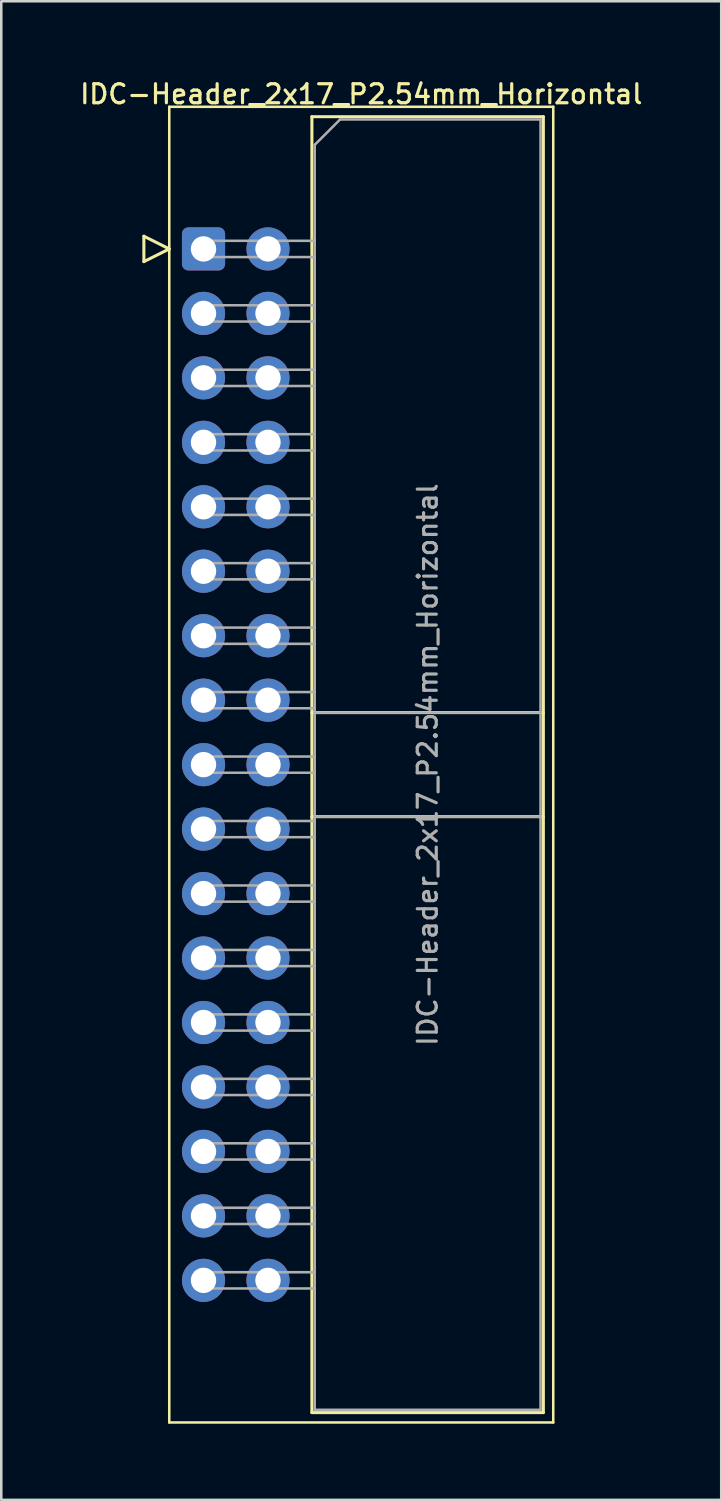
<source format=kicad_pcb>
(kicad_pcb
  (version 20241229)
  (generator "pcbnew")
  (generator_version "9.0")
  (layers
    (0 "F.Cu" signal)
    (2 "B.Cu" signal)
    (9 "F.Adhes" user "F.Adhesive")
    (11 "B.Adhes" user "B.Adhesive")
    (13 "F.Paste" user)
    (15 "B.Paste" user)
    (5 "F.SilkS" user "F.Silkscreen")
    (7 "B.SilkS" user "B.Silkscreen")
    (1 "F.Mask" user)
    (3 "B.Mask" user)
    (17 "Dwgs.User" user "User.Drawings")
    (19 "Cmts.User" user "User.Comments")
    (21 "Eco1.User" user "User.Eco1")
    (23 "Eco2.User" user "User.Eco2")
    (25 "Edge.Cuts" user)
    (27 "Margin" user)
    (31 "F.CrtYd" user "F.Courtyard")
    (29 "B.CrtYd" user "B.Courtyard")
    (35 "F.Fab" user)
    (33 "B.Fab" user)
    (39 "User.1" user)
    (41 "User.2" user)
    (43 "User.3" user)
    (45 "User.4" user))
  (footprint "IDC-Header_2x17_P2.54mm_Horizontal"
    (layer "F.Cu")
    (at 4.969 6.758)
    (property "Reference" "IDC-Header_2x17_P2.54mm_Horizontal" (at 6.215 -6.1 0) (layer "F.SilkS") (effects (font (size 0.75 0.75) (thickness 0.125))))
    (attr through_hole)
    (fp_line (start -2.35 -0.5) (end -2.35 0.5) (stroke (width 0.12) (type solid)) (layer "F.SilkS"))
    (fp_line (start -2.35 0.5) (end -1.35 0) (stroke (width 0.12) (type solid)) (layer "F.SilkS"))
    (fp_line (start -1.35 -5.6) (end -1.35 46.24) (stroke (width 0.1) (type solid)) (layer "F.SilkS"))
    (fp_line (start -1.35 0) (end -2.35 -0.5) (stroke (width 0.12) (type solid)) (layer "F.SilkS"))
    (fp_line (start -1.35 46.24) (end 13.78 46.24) (stroke (width 0.1) (type solid)) (layer "F.SilkS"))
    (fp_line (start 4.27 -5.21) (end 13.39 -5.21) (stroke (width 0.12) (type solid)) (layer "F.SilkS"))
    (fp_line (start 4.27 18.27) (end 13.39 18.27) (stroke (width 0.12) (type solid)) (layer "F.SilkS"))
    (fp_line (start 4.27 22.37) (end 13.39 22.37) (stroke (width 0.12) (type solid)) (layer "F.SilkS"))
    (fp_line (start 4.27 45.85) (end 4.27 -5.21) (stroke (width 0.12) (type solid)) (layer "F.SilkS"))
    (fp_line (start 13.39 -5.21) (end 13.39 45.85) (stroke (width 0.12) (type solid)) (layer "F.SilkS"))
    (fp_line (start 13.39 45.85) (end 4.27 45.85) (stroke (width 0.12) (type solid)) (layer "F.SilkS"))
    (fp_line (start 13.78 -5.6) (end -1.35 -5.6) (stroke (width 0.1) (type solid)) (layer "F.SilkS"))
    (fp_line (start 13.78 46.24) (end 13.78 -5.6) (stroke (width 0.1) (type solid)) (layer "F.SilkS"))
    (fp_line (start -0.32 -0.32) (end -0.32 0.32) (stroke (width 0.1) (type solid)) (layer "F.Fab"))
    (fp_line (start -0.32 0.32) (end 4.38 0.32) (stroke (width 0.1) (type solid)) (layer "F.Fab"))
    (fp_line (start -0.32 2.22) (end -0.32 2.86) (stroke (width 0.1) (type solid)) (layer "F.Fab"))
    (fp_line (start -0.32 2.86) (end 4.38 2.86) (stroke (width 0.1) (type solid)) (layer "F.Fab"))
    (fp_line (start -0.32 4.76) (end -0.32 5.4) (stroke (width 0.1) (type solid)) (layer "F.Fab"))
    (fp_line (start -0.32 5.4) (end 4.38 5.4) (stroke (width 0.1) (type solid)) (layer "F.Fab"))
    (fp_line (start -0.32 7.3) (end -0.32 7.94) (stroke (width 0.1) (type solid)) (layer "F.Fab"))
    (fp_line (start -0.32 7.94) (end 4.38 7.94) (stroke (width 0.1) (type solid)) (layer "F.Fab"))
    (fp_line (start -0.32 9.84) (end -0.32 10.48) (stroke (width 0.1) (type solid)) (layer "F.Fab"))
    (fp_line (start -0.32 10.48) (end 4.38 10.48) (stroke (width 0.1) (type solid)) (layer "F.Fab"))
    (fp_line (start -0.32 12.38) (end -0.32 13.02) (stroke (width 0.1) (type solid)) (layer "F.Fab"))
    (fp_line (start -0.32 13.02) (end 4.38 13.02) (stroke (width 0.1) (type solid)) (layer "F.Fab"))
    (fp_line (start -0.32 14.92) (end -0.32 15.56) (stroke (width 0.1) (type solid)) (layer "F.Fab"))
    (fp_line (start -0.32 15.56) (end 4.38 15.56) (stroke (width 0.1) (type solid)) (layer "F.Fab"))
    (fp_line (start -0.32 17.46) (end -0.32 18.1) (stroke (width 0.1) (type solid)) (layer "F.Fab"))
    (fp_line (start -0.32 18.1) (end 4.38 18.1) (stroke (width 0.1) (type solid)) (layer "F.Fab"))
    (fp_line (start -0.32 20) (end -0.32 20.64) (stroke (width 0.1) (type solid)) (layer "F.Fab"))
    (fp_line (start -0.32 20.64) (end 4.38 20.64) (stroke (width 0.1) (type solid)) (layer "F.Fab"))
    (fp_line (start -0.32 22.54) (end -0.32 23.18) (stroke (width 0.1) (type solid)) (layer "F.Fab"))
    (fp_line (start -0.32 23.18) (end 4.38 23.18) (stroke (width 0.1) (type solid)) (layer "F.Fab"))
    (fp_line (start -0.32 25.08) (end -0.32 25.72) (stroke (width 0.1) (type solid)) (layer "F.Fab"))
    (fp_line (start -0.32 25.72) (end 4.38 25.72) (stroke (width 0.1) (type solid)) (layer "F.Fab"))
    (fp_line (start -0.32 27.62) (end -0.32 28.26) (stroke (width 0.1) (type solid)) (layer "F.Fab"))
    (fp_line (start -0.32 28.26) (end 4.38 28.26) (stroke (width 0.1) (type solid)) (layer "F.Fab"))
    (fp_line (start -0.32 30.16) (end -0.32 30.8) (stroke (width 0.1) (type solid)) (layer "F.Fab"))
    (fp_line (start -0.32 30.8) (end 4.38 30.8) (stroke (width 0.1) (type solid)) (layer "F.Fab"))
    (fp_line (start -0.32 32.7) (end -0.32 33.34) (stroke (width 0.1) (type solid)) (layer "F.Fab"))
    (fp_line (start -0.32 33.34) (end 4.38 33.34) (stroke (width 0.1) (type solid)) (layer "F.Fab"))
    (fp_line (start -0.32 35.24) (end -0.32 35.88) (stroke (width 0.1) (type solid)) (layer "F.Fab"))
    (fp_line (start -0.32 35.88) (end 4.38 35.88) (stroke (width 0.1) (type solid)) (layer "F.Fab"))
    (fp_line (start -0.32 37.78) (end -0.32 38.42) (stroke (width 0.1) (type solid)) (layer "F.Fab"))
    (fp_line (start -0.32 38.42) (end 4.38 38.42) (stroke (width 0.1) (type solid)) (layer "F.Fab"))
    (fp_line (start -0.32 40.32) (end -0.32 40.96) (stroke (width 0.1) (type solid)) (layer "F.Fab"))
    (fp_line (start -0.32 40.96) (end 4.38 40.96) (stroke (width 0.1) (type solid)) (layer "F.Fab"))
    (fp_line (start 4.38 -4.1) (end 5.38 -5.1) (stroke (width 0.1) (type solid)) (layer "F.Fab"))
    (fp_line (start 4.38 -0.32) (end -0.32 -0.32) (stroke (width 0.1) (type solid)) (layer "F.Fab"))
    (fp_line (start 4.38 2.22) (end -0.32 2.22) (stroke (width 0.1) (type solid)) (layer "F.Fab"))
    (fp_line (start 4.38 4.76) (end -0.32 4.76) (stroke (width 0.1) (type solid)) (layer "F.Fab"))
    (fp_line (start 4.38 7.3) (end -0.32 7.3) (stroke (width 0.1) (type solid)) (layer "F.Fab"))
    (fp_line (start 4.38 9.84) (end -0.32 9.84) (stroke (width 0.1) (type solid)) (layer "F.Fab"))
    (fp_line (start 4.38 12.38) (end -0.32 12.38) (stroke (width 0.1) (type solid)) (layer "F.Fab"))
    (fp_line (start 4.38 14.92) (end -0.32 14.92) (stroke (width 0.1) (type solid)) (layer "F.Fab"))
    (fp_line (start 4.38 17.46) (end -0.32 17.46) (stroke (width 0.1) (type solid)) (layer "F.Fab"))
    (fp_line (start 4.38 18.27) (end 13.28 18.27) (stroke (width 0.1) (type solid)) (layer "F.Fab"))
    (fp_line (start 4.38 20) (end -0.32 20) (stroke (width 0.1) (type solid)) (layer "F.Fab"))
    (fp_line (start 4.38 22.37) (end 13.28 22.37) (stroke (width 0.1) (type solid)) (layer "F.Fab"))
    (fp_line (start 4.38 22.54) (end -0.32 22.54) (stroke (width 0.1) (type solid)) (layer "F.Fab"))
    (fp_line (start 4.38 25.08) (end -0.32 25.08) (stroke (width 0.1) (type solid)) (layer "F.Fab"))
    (fp_line (start 4.38 27.62) (end -0.32 27.62) (stroke (width 0.1) (type solid)) (layer "F.Fab"))
    (fp_line (start 4.38 30.16) (end -0.32 30.16) (stroke (width 0.1) (type solid)) (layer "F.Fab"))
    (fp_line (start 4.38 32.7) (end -0.32 32.7) (stroke (width 0.1) (type solid)) (layer "F.Fab"))
    (fp_line (start 4.38 35.24) (end -0.32 35.24) (stroke (width 0.1) (type solid)) (layer "F.Fab"))
    (fp_line (start 4.38 37.78) (end -0.32 37.78) (stroke (width 0.1) (type solid)) (layer "F.Fab"))
    (fp_line (start 4.38 40.32) (end -0.32 40.32) (stroke (width 0.1) (type solid)) (layer "F.Fab"))
    (fp_line (start 4.38 45.74) (end 4.38 -4.1) (stroke (width 0.1) (type solid)) (layer "F.Fab"))
    (fp_line (start 5.38 -5.1) (end 13.28 -5.1) (stroke (width 0.1) (type solid)) (layer "F.Fab"))
    (fp_line (start 13.28 -5.1) (end 13.28 45.74) (stroke (width 0.1) (type solid)) (layer "F.Fab"))
    (fp_line (start 13.28 45.74) (end 4.38 45.74) (stroke (width 0.1) (type solid)) (layer "F.Fab"))
    (fp_text user "${REFERENCE}" (at 8.83 20.32 90) (layer "F.Fab") (effects (font (size 0.75 0.75) (thickness 0.125))))
    (pad "1" thru_hole roundrect (at 0 0) (size 1.7 1.7) (drill 1) (layers "*.Cu" "*.Mask") (roundrect_rratio 0.147))
    (pad "2" thru_hole circle (at 2.54 0) (size 1.7 1.7) (drill 1) (layers "*.Cu" "*.Mask"))
    (pad "3" thru_hole circle (at 0 2.54) (size 1.7 1.7) (drill 1) (layers "*.Cu" "*.Mask"))
    (pad "4" thru_hole circle (at 2.54 2.54) (size 1.7 1.7) (drill 1) (layers "*.Cu" "*.Mask"))
    (pad "5" thru_hole circle (at 0 5.08) (size 1.7 1.7) (drill 1) (layers "*.Cu" "*.Mask"))
    (pad "6" thru_hole circle (at 2.54 5.08) (size 1.7 1.7) (drill 1) (layers "*.Cu" "*.Mask"))
    (pad "7" thru_hole circle (at 0 7.62) (size 1.7 1.7) (drill 1) (layers "*.Cu" "*.Mask"))
    (pad "8" thru_hole circle (at 2.54 7.62) (size 1.7 1.7) (drill 1) (layers "*.Cu" "*.Mask"))
    (pad "9" thru_hole circle (at 0 10.16) (size 1.7 1.7) (drill 1) (layers "*.Cu" "*.Mask"))
    (pad "10" thru_hole circle (at 2.54 10.16) (size 1.7 1.7) (drill 1) (layers "*.Cu" "*.Mask"))
    (pad "11" thru_hole circle (at 0 12.7) (size 1.7 1.7) (drill 1) (layers "*.Cu" "*.Mask"))
    (pad "12" thru_hole circle (at 2.54 12.7) (size 1.7 1.7) (drill 1) (layers "*.Cu" "*.Mask"))
    (pad "13" thru_hole circle (at 0 15.24) (size 1.7 1.7) (drill 1) (layers "*.Cu" "*.Mask"))
    (pad "14" thru_hole circle (at 2.54 15.24) (size 1.7 1.7) (drill 1) (layers "*.Cu" "*.Mask"))
    (pad "15" thru_hole circle (at 0 17.78) (size 1.7 1.7) (drill 1) (layers "*.Cu" "*.Mask"))
    (pad "16" thru_hole circle (at 2.54 17.78) (size 1.7 1.7) (drill 1) (layers "*.Cu" "*.Mask"))
    (pad "17" thru_hole circle (at 0 20.32) (size 1.7 1.7) (drill 1) (layers "*.Cu" "*.Mask"))
    (pad "18" thru_hole circle (at 2.54 20.32) (size 1.7 1.7) (drill 1) (layers "*.Cu" "*.Mask"))
    (pad "19" thru_hole circle (at 0 22.86) (size 1.7 1.7) (drill 1) (layers "*.Cu" "*.Mask"))
    (pad "20" thru_hole circle (at 2.54 22.86) (size 1.7 1.7) (drill 1) (layers "*.Cu" "*.Mask"))
    (pad "21" thru_hole circle (at 0 25.4) (size 1.7 1.7) (drill 1) (layers "*.Cu" "*.Mask"))
    (pad "22" thru_hole circle (at 2.54 25.4) (size 1.7 1.7) (drill 1) (layers "*.Cu" "*.Mask"))
    (pad "23" thru_hole circle (at 0 27.94) (size 1.7 1.7) (drill 1) (layers "*.Cu" "*.Mask"))
    (pad "24" thru_hole circle (at 2.54 27.94) (size 1.7 1.7) (drill 1) (layers "*.Cu" "*.Mask"))
    (pad "25" thru_hole circle (at 0 30.48) (size 1.7 1.7) (drill 1) (layers "*.Cu" "*.Mask"))
    (pad "26" thru_hole circle (at 2.54 30.48) (size 1.7 1.7) (drill 1) (layers "*.Cu" "*.Mask"))
    (pad "27" thru_hole circle (at 0 33.02) (size 1.7 1.7) (drill 1) (layers "*.Cu" "*.Mask"))
    (pad "28" thru_hole circle (at 2.54 33.02) (size 1.7 1.7) (drill 1) (layers "*.Cu" "*.Mask"))
    (pad "29" thru_hole circle (at 0 35.56) (size 1.7 1.7) (drill 1) (layers "*.Cu" "*.Mask"))
    (pad "30" thru_hole circle (at 2.54 35.56) (size 1.7 1.7) (drill 1) (layers "*.Cu" "*.Mask"))
    (pad "31" thru_hole circle (at 0 38.1) (size 1.7 1.7) (drill 1) (layers "*.Cu" "*.Mask"))
    (pad "32" thru_hole circle (at 2.54 38.1) (size 1.7 1.7) (drill 1) (layers "*.Cu" "*.Mask"))
    (pad "33" thru_hole circle (at 0 40.64) (size 1.7 1.7) (drill 1) (layers "*.Cu" "*.Mask"))
    (pad "34" thru_hole circle (at 2.54 40.64) (size 1.7 1.7) (drill 1) (layers "*.Cu" "*.Mask")))
  (gr_rect
    (start -3 -3)
    (end 25.368 56.048)
    (stroke (width 0.1) (type default))
    (fill no)
    (layer "Edge.Cuts")))
</source>
